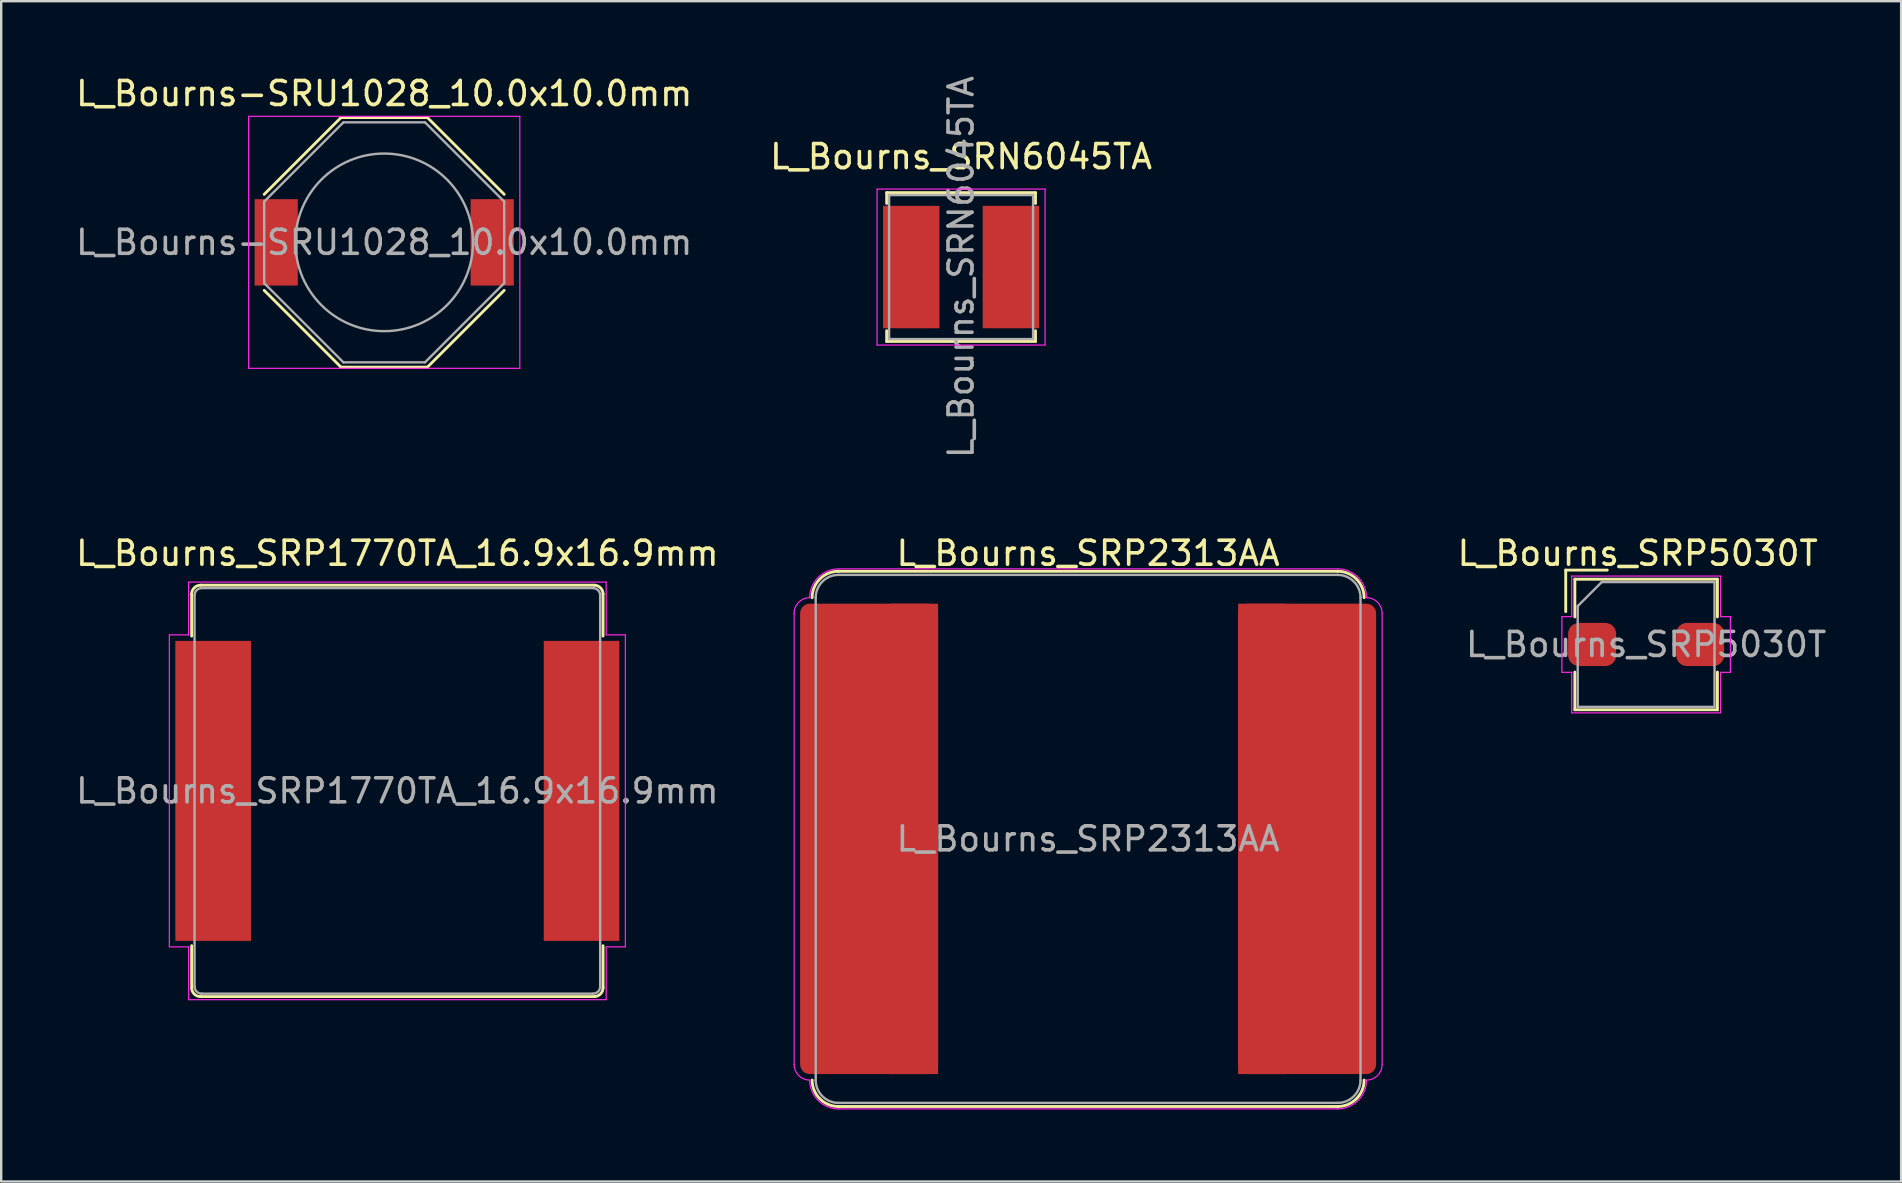
<source format=kicad_pcb>
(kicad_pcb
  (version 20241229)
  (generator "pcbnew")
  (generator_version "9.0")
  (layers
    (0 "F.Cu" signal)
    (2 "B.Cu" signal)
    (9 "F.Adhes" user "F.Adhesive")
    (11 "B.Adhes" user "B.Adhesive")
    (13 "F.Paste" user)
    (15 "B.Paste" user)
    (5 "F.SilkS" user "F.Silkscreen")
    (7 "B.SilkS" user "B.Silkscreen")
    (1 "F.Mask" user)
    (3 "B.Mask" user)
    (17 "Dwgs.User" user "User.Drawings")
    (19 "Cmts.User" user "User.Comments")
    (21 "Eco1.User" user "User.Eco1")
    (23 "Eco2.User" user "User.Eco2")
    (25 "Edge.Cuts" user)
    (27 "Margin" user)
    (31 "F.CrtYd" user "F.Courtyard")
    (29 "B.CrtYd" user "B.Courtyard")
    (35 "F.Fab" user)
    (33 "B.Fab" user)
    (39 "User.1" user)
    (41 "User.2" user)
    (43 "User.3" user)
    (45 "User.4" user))
  (footprint "L_Bourns_SRN6045TA"
    (layer "F.Cu")
    (at 36.994 8.077)
    (property "Reference" "L_Bourns_SRN6045TA" (at 0 -4.6 0) (layer "F.SilkS") (effects (font (size 1 1) (thickness 0.15))))
    (attr smd)
    (fp_line (start -3.1 -3.1) (end -3.1 -2.65) (stroke (width 0.12) (type solid)) (layer "F.SilkS"))
    (fp_line (start -3.1 -3.1) (end 3.1 -3.1) (stroke (width 0.12) (type solid)) (layer "F.SilkS"))
    (fp_line (start -3.1 3.1) (end -3.1 2.65) (stroke (width 0.12) (type solid)) (layer "F.SilkS"))
    (fp_line (start 3.1 -3.1) (end 3.1 -2.65) (stroke (width 0.12) (type solid)) (layer "F.SilkS"))
    (fp_line (start 3.1 3.1) (end -3.1 3.1) (stroke (width 0.12) (type solid)) (layer "F.SilkS"))
    (fp_line (start 3.1 3.1) (end 3.1 2.65) (stroke (width 0.12) (type solid)) (layer "F.SilkS"))
    (fp_line (start -3.5 -3.25) (end -3.5 3.25) (stroke (width 0.05) (type solid)) (layer "F.CrtYd"))
    (fp_line (start -3.5 3.25) (end 3.5 3.25) (stroke (width 0.05) (type solid)) (layer "F.CrtYd"))
    (fp_line (start 3.5 -3.25) (end -3.5 -3.25) (stroke (width 0.05) (type solid)) (layer "F.CrtYd"))
    (fp_line (start 3.5 3.25) (end 3.5 -3.25) (stroke (width 0.05) (type solid)) (layer "F.CrtYd"))
    (fp_line (start -3 -3) (end -3 3) (stroke (width 0.1) (type solid)) (layer "F.Fab"))
    (fp_line (start -3 -3) (end 3 -3) (stroke (width 0.1) (type solid)) (layer "F.Fab"))
    (fp_line (start -3 3) (end 3 3) (stroke (width 0.1) (type solid)) (layer "F.Fab"))
    (fp_line (start 3 3) (end 3 -3) (stroke (width 0.1) (type solid)) (layer "F.Fab"))
    (fp_text user "${REFERENCE}" (at 0 0 90) (layer "F.Fab") (effects (font (size 1 1) (thickness 0.15))))
    (pad "1" smd rect (at -2.075 0) (size 2.35 5.1) (layers "F.Cu" "F.Mask" "F.Paste"))
    (pad "2" smd rect (at 2.075 0) (size 2.35 5.1) (layers "F.Cu" "F.Mask" "F.Paste")))
  (footprint "L_Bourns_SRP5030T"
    (layer "F.Cu")
    (at 65.537 23.803)
    (property "Reference" "L_Bourns_SRP5030T" (at -0.35 -3.8 0) (layer "F.SilkS") (effects (font (size 1 1) (thickness 0.15))))
    (attr smd)
    (fp_line (start -3.35 -3.1) (end -1.62 -3.1) (stroke (width 0.12) (type solid)) (layer "F.SilkS"))
    (fp_line (start -3.35 -1.37) (end -3.35 -3.1) (stroke (width 0.12) (type solid)) (layer "F.SilkS"))
    (fp_line (start -2.97 -2.72) (end -2.97 -1.15) (stroke (width 0.12) (type solid)) (layer "F.SilkS"))
    (fp_line (start -2.97 -2.72) (end 2.97 -2.72) (stroke (width 0.12) (type solid)) (layer "F.SilkS"))
    (fp_line (start -2.97 1.15) (end -2.97 2.72) (stroke (width 0.12) (type solid)) (layer "F.SilkS"))
    (fp_line (start -2.97 2.72) (end 2.97 2.72) (stroke (width 0.12) (type solid)) (layer "F.SilkS"))
    (fp_line (start 2.97 -2.72) (end 2.97 -1.15) (stroke (width 0.12) (type solid)) (layer "F.SilkS"))
    (fp_line (start 2.97 1.15) (end 2.97 2.72) (stroke (width 0.12) (type solid)) (layer "F.SilkS"))
    (fp_line (start -3.51 -1.16) (end -3.51 1.16) (stroke (width 0.05) (type solid)) (layer "F.CrtYd"))
    (fp_line (start -3.51 1.16) (end -3.1 1.16) (stroke (width 0.05) (type solid)) (layer "F.CrtYd"))
    (fp_line (start -3.1 -2.85) (end -3.1 -1.16) (stroke (width 0.05) (type solid)) (layer "F.CrtYd"))
    (fp_line (start -3.1 -2.85) (end 3.1 -2.85) (stroke (width 0.05) (type solid)) (layer "F.CrtYd"))
    (fp_line (start -3.1 -1.16) (end -3.51 -1.16) (stroke (width 0.05) (type solid)) (layer "F.CrtYd"))
    (fp_line (start -3.1 1.16) (end -3.1 2.85) (stroke (width 0.05) (type solid)) (layer "F.CrtYd"))
    (fp_line (start -3.1 2.85) (end 3.1 2.85) (stroke (width 0.05) (type solid)) (layer "F.CrtYd"))
    (fp_line (start 3.1 -2.85) (end 3.1 -1.16) (stroke (width 0.05) (type solid)) (layer "F.CrtYd"))
    (fp_line (start 3.1 -1.16) (end 3.51 -1.16) (stroke (width 0.05) (type solid)) (layer "F.CrtYd"))
    (fp_line (start 3.1 1.16) (end 3.1 2.85) (stroke (width 0.05) (type solid)) (layer "F.CrtYd"))
    (fp_line (start 3.51 -1.16) (end 3.51 1.16) (stroke (width 0.05) (type solid)) (layer "F.CrtYd"))
    (fp_line (start 3.51 1.16) (end 3.1 1.16) (stroke (width 0.05) (type solid)) (layer "F.CrtYd"))
    (fp_line (start -2.85 -1.6) (end -1.85 -2.6) (stroke (width 0.1) (type solid)) (layer "F.Fab"))
    (fp_line (start -2.85 2.6) (end -2.85 -1.6) (stroke (width 0.1) (type solid)) (layer "F.Fab"))
    (fp_line (start -1.85 -2.6) (end 2.85 -2.6) (stroke (width 0.1) (type solid)) (layer "F.Fab"))
    (fp_line (start 2.85 -2.6) (end 2.85 2.6) (stroke (width 0.1) (type solid)) (layer "F.Fab"))
    (fp_line (start 2.85 2.6) (end -2.85 2.6) (stroke (width 0.1) (type solid)) (layer "F.Fab"))
    (fp_text user "${REFERENCE}" (at 0 0 0) (layer "F.Fab") (effects (font (size 1 1) (thickness 0.15))))
    (pad "1" smd roundrect (at -2.25 0) (size 2 1.8) (layers "F.Cu" "F.Mask" "F.Paste") (roundrect_rratio 0.25))
    (pad "2" smd roundrect (at 2.25 0) (size 2 1.8) (layers "F.Cu" "F.Mask" "F.Paste") (roundrect_rratio 0.25)))
  (footprint "L_Bourns_SRP1770TA_16.9x16.9mm"
    (layer "F.Cu")
    (at 13.506 29.903)
    (property "Reference" "L_Bourns_SRP1770TA_16.9x16.9mm" (at 0 -9.9 0) (layer "F.SilkS") (effects (font (size 1 1) (thickness 0.15))))
    (attr smd)
    (fp_line (start -8.57 -8.2) (end -8.57 -6.45) (stroke (width 0.12) (type solid)) (layer "F.SilkS"))
    (fp_line (start -8.57 6.45) (end -8.57 8.2) (stroke (width 0.12) (type solid)) (layer "F.SilkS"))
    (fp_line (start -8.2 -8.57) (end 8.2 -8.57) (stroke (width 0.12) (type solid)) (layer "F.SilkS"))
    (fp_line (start 8.2 8.57) (end -8.2 8.57) (stroke (width 0.12) (type solid)) (layer "F.SilkS"))
    (fp_line (start 8.57 -8.2) (end 8.57 -6.45) (stroke (width 0.12) (type solid)) (layer "F.SilkS"))
    (fp_line (start 8.57 6.45) (end 8.57 8.2) (stroke (width 0.12) (type solid)) (layer "F.SilkS"))
    (fp_arc (start -8.57 -8.2) (mid -8.46163 -8.46163) (end -8.2 -8.57) (stroke (width 0.12) (type solid)) (layer "F.SilkS"))
    (fp_arc (start -8.2 8.571214) (mid -8.451658 8.472888) (end -8.57 8.23) (stroke (width 0.12) (type solid)) (layer "F.SilkS"))
    (fp_arc (start 8.209248 -8.569884) (mid 8.464879 -8.458339) (end 8.57 -8.2) (stroke (width 0.12) (type solid)) (layer "F.SilkS"))
    (fp_arc (start 8.570135 8.2) (mid 8.458165 8.465237) (end 8.19 8.57) (stroke (width 0.12) (type solid)) (layer "F.SilkS"))
    (fp_line (start -9.5 -6.5) (end -9.5 6.5) (stroke (width 0.05) (type solid)) (layer "F.CrtYd"))
    (fp_line (start -9.5 -6.5) (end -8.7 -6.5) (stroke (width 0.05) (type solid)) (layer "F.CrtYd"))
    (fp_line (start -8.7 -8.7) (end -8.7 -6.5) (stroke (width 0.05) (type solid)) (layer "F.CrtYd"))
    (fp_line (start -8.7 -8.7) (end 8.7 -8.7) (stroke (width 0.05) (type solid)) (layer "F.CrtYd"))
    (fp_line (start -8.7 6.5) (end -9.5 6.5) (stroke (width 0.05) (type solid)) (layer "F.CrtYd"))
    (fp_line (start -8.7 8.7) (end -8.7 6.5) (stroke (width 0.05) (type solid)) (layer "F.CrtYd"))
    (fp_line (start 8.7 -8.7) (end 8.7 -6.5) (stroke (width 0.05) (type solid)) (layer "F.CrtYd"))
    (fp_line (start 8.7 6.5) (end 8.7 8.7) (stroke (width 0.05) (type solid)) (layer "F.CrtYd"))
    (fp_line (start 8.7 8.7) (end -8.7 8.7) (stroke (width 0.05) (type solid)) (layer "F.CrtYd"))
    (fp_line (start 9.5 -6.5) (end 8.7 -6.5) (stroke (width 0.05) (type solid)) (layer "F.CrtYd"))
    (fp_line (start 9.5 -6.5) (end 9.5 6.5) (stroke (width 0.05) (type solid)) (layer "F.CrtYd"))
    (fp_line (start 9.5 6.5) (end 8.7 6.5) (stroke (width 0.05) (type solid)) (layer "F.CrtYd"))
    (fp_line (start -8.45 -8.15) (end -8.45 8.15) (stroke (width 0.1) (type solid)) (layer "F.Fab"))
    (fp_line (start -8.15 -8.45) (end 8.15 -8.45) (stroke (width 0.1) (type solid)) (layer "F.Fab"))
    (fp_line (start 8.15 8.45) (end -8.15 8.45) (stroke (width 0.1) (type solid)) (layer "F.Fab"))
    (fp_line (start 8.45 -8.15) (end 8.45 8.15) (stroke (width 0.1) (type solid)) (layer "F.Fab"))
    (fp_arc (start -8.45 -8.15) (mid -8.362132 -8.362132) (end -8.15 -8.45) (stroke (width 0.1) (type solid)) (layer "F.Fab"))
    (fp_arc (start -8.15 8.45) (mid -8.362132 8.362132) (end -8.45 8.15) (stroke (width 0.1) (type solid)) (layer "F.Fab"))
    (fp_arc (start 8.15 -8.45) (mid 8.362132 -8.362132) (end 8.45 -8.15) (stroke (width 0.1) (type solid)) (layer "F.Fab"))
    (fp_arc (start 8.45 8.15) (mid 8.362132 8.362132) (end 8.15 8.45) (stroke (width 0.1) (type solid)) (layer "F.Fab"))
    (fp_text user "${REFERENCE}" (at 0 0 0) (layer "F.Fab") (effects (font (size 1 1) (thickness 0.15))))
    (pad "1" smd rect (at -7.675 0) (size 3.15 12.5) (layers "F.Cu" "F.Mask" "F.Paste"))
    (pad "2" smd rect (at 7.675 0) (size 3.15 12.5) (layers "F.Cu" "F.Mask" "F.Paste")))
  (footprint "L_Bourns-SRU1028_10.0x10.0mm"
    (layer "F.Cu")
    (at 12.958 7.048)
    (property "Reference" "L_Bourns-SRU1028_10.0x10.0mm" (at 0 -6.2 0) (layer "F.SilkS") (effects (font (size 1 1) (thickness 0.15))))
    (attr smd)
    (fp_line (start -1.8 -5.2) (end -5 -2) (stroke (width 0.12) (type solid)) (layer "F.SilkS"))
    (fp_line (start -1.8 -5.2) (end 1.8 -5.2) (stroke (width 0.12) (type solid)) (layer "F.SilkS"))
    (fp_line (start -1.8 5.2) (end -5 2) (stroke (width 0.12) (type solid)) (layer "F.SilkS"))
    (fp_line (start 1.8 -5.2) (end 5 -2) (stroke (width 0.12) (type solid)) (layer "F.SilkS"))
    (fp_line (start 1.8 5.2) (end -1.8 5.2) (stroke (width 0.12) (type solid)) (layer "F.SilkS"))
    (fp_line (start 1.8 5.2) (end 5 2) (stroke (width 0.12) (type solid)) (layer "F.SilkS"))
    (fp_line (start -5.65 -5.25) (end 5.65 -5.25) (stroke (width 0.05) (type solid)) (layer "F.CrtYd"))
    (fp_line (start -5.65 5.25) (end -5.65 -5.25) (stroke (width 0.05) (type solid)) (layer "F.CrtYd"))
    (fp_line (start 5.65 -5.25) (end 5.65 5.25) (stroke (width 0.05) (type solid)) (layer "F.CrtYd"))
    (fp_line (start 5.65 5.25) (end -5.65 5.25) (stroke (width 0.05) (type solid)) (layer "F.CrtYd"))
    (fp_line (start -5 -1.7) (end -1.7 -5) (stroke (width 0.1) (type solid)) (layer "F.Fab"))
    (fp_line (start -5 1.7) (end -5 -1.7) (stroke (width 0.1) (type solid)) (layer "F.Fab"))
    (fp_line (start -1.7 -5) (end 1.7 -5) (stroke (width 0.1) (type solid)) (layer "F.Fab"))
    (fp_line (start -1.7 5) (end -5 1.7) (stroke (width 0.1) (type solid)) (layer "F.Fab"))
    (fp_line (start 1.7 -5) (end 5 -1.7) (stroke (width 0.1) (type solid)) (layer "F.Fab"))
    (fp_line (start 1.7 5) (end -1.7 5) (stroke (width 0.1) (type solid)) (layer "F.Fab"))
    (fp_line (start 5 -1.7) (end 5 1.7) (stroke (width 0.1) (type solid)) (layer "F.Fab"))
    (fp_line (start 5 1.7) (end 1.7 5) (stroke (width 0.1) (type solid)) (layer "F.Fab"))
    (fp_circle (center 0 0) (end 3.7 0) (stroke (width 0.1) (type solid)) (fill no) (layer "F.Fab"))
    (fp_text user "${REFERENCE}" (at 0 0 0) (layer "F.Fab") (effects (font (size 1 1) (thickness 0.15))))
    (pad "1" smd rect (at -4.5 0) (size 1.8 3.6) (layers "F.Cu" "F.Mask" "F.Paste"))
    (pad "2" smd rect (at 4.5 0) (size 1.8 3.6) (layers "F.Cu" "F.Mask" "F.Paste")))
  (footprint "L_Bourns_SRP2313AA"
    (layer "F.Cu")
    (at 42.287 31.903)
    (property "Reference" "L_Bourns_SRP2313AA" (at 0 -11.9 0) (layer "F.SilkS") (effects (font (size 1 1) (thickness 0.15))))
    (attr smd)
    (fp_line (start -10.4 -11.15) (end 10.4 -11.15) (stroke (width 0.12) (type solid)) (layer "F.SilkS"))
    (fp_line (start 10.4 11.15) (end -10.4 11.15) (stroke (width 0.12) (type solid)) (layer "F.SilkS"))
    (fp_arc (start -11.5 -10.05) (mid -11.177817 -10.827817) (end -10.4 -11.15) (stroke (width 0.12) (type solid)) (layer "F.SilkS"))
    (fp_arc (start -10.4 11.15) (mid -11.177817 10.827817) (end -11.5 10.05) (stroke (width 0.12) (type solid)) (layer "F.SilkS"))
    (fp_arc (start 10.4 -11.15) (mid 11.177817 -10.827817) (end 11.5 -10.05) (stroke (width 0.12) (type solid)) (layer "F.SilkS"))
    (fp_arc (start 11.5 10.05) (mid 11.177817 10.827817) (end 10.4 11.15) (stroke (width 0.12) (type solid)) (layer "F.SilkS"))
    (fp_line (start -12.25 9.4) (end -12.25 -9.4) (stroke (width 0.05) (type solid)) (layer "F.CrtYd"))
    (fp_line (start -10.4 -11.25) (end 10.4 -11.25) (stroke (width 0.05) (type solid)) (layer "F.CrtYd"))
    (fp_line (start 10.4 11.25) (end -10.4 11.25) (stroke (width 0.05) (type solid)) (layer "F.CrtYd"))
    (fp_line (start 12.25 -9.4) (end 12.25 9.4) (stroke (width 0.05) (type solid)) (layer "F.CrtYd"))
    (fp_arc (start -12.25 -9.4) (mid -12.059619 -9.859619) (end -11.6 -10.05) (stroke (width 0.05) (type solid)) (layer "F.CrtYd"))
    (fp_arc (start -11.6 -10.05) (mid -11.248528 -10.898528) (end -10.4 -11.25) (stroke (width 0.05) (type solid)) (layer "F.CrtYd"))
    (fp_arc (start -11.6 10.05) (mid -12.059619 9.859619) (end -12.25 9.4) (stroke (width 0.05) (type solid)) (layer "F.CrtYd"))
    (fp_arc (start -10.4 11.25) (mid -11.248528 10.898528) (end -11.6 10.05) (stroke (width 0.05) (type solid)) (layer "F.CrtYd"))
    (fp_arc (start 10.4 -11.25) (mid 11.248528 -10.898528) (end 11.6 -10.05) (stroke (width 0.05) (type solid)) (layer "F.CrtYd"))
    (fp_arc (start 11.6 -10.05) (mid 12.059619 -9.859619) (end 12.25 -9.4) (stroke (width 0.05) (type solid)) (layer "F.CrtYd"))
    (fp_arc (start 11.6 10.05) (mid 11.248528 10.898528) (end 10.4 11.25) (stroke (width 0.05) (type solid)) (layer "F.CrtYd"))
    (fp_arc (start 12.25 9.4) (mid 12.059619 9.859619) (end 11.6 10.05) (stroke (width 0.05) (type solid)) (layer "F.CrtYd"))
    (fp_line (start -11.35 -10.05) (end -11.35 10.05) (stroke (width 0.1) (type solid)) (layer "F.Fab"))
    (fp_line (start -10.4 -11) (end 10.4 -11) (stroke (width 0.1) (type solid)) (layer "F.Fab"))
    (fp_line (start 10.4 11) (end -10.4 11) (stroke (width 0.1) (type solid)) (layer "F.Fab"))
    (fp_line (start 11.35 -10.05) (end 11.35 10.05) (stroke (width 0.1) (type solid)) (layer "F.Fab"))
    (fp_arc (start -11.35 -10.05) (mid -11.071751 -10.721751) (end -10.4 -11) (stroke (width 0.1) (type solid)) (layer "F.Fab"))
    (fp_arc (start -10.4 11) (mid -11.071751 10.721751) (end -11.35 10.05) (stroke (width 0.1) (type solid)) (layer "F.Fab"))
    (fp_arc (start 10.4 -11) (mid 11.071751 -10.721751) (end 11.35 -10.05) (stroke (width 0.1) (type solid)) (layer "F.Fab"))
    (fp_arc (start 11.35 10.05) (mid 11.071751 10.721751) (end 10.4 11) (stroke (width 0.1) (type solid)) (layer "F.Fab"))
    (fp_text user "${REFERENCE}" (at 0 0 0) (layer "F.Fab") (effects (font (size 1 1) (thickness 0.15))))
    (pad "1" smd roundrect (at -9.125 0) (size 5.75 19.6) (layers "F.Cu" "F.Mask" "F.Paste") (roundrect_rratio 0.07))
    (pad "1" smd rect (at -7.25 0) (size 2 19.6) (layers "F.Cu" "F.Mask" "F.Paste"))
    (pad "2" smd rect (at 7.25 0) (size 2 19.6) (layers "F.Cu" "F.Mask" "F.Paste"))
    (pad "2" smd roundrect (at 9.125 0) (size 5.75 19.6) (layers "F.Cu" "F.Mask" "F.Paste") (roundrect_rratio 0.07)))
  (gr_rect
    (start -3 -3)
    (end 76.162 46.178)
    (stroke (width 0.1) (type default))
    (fill no)
    (layer "Edge.Cuts")))
</source>
